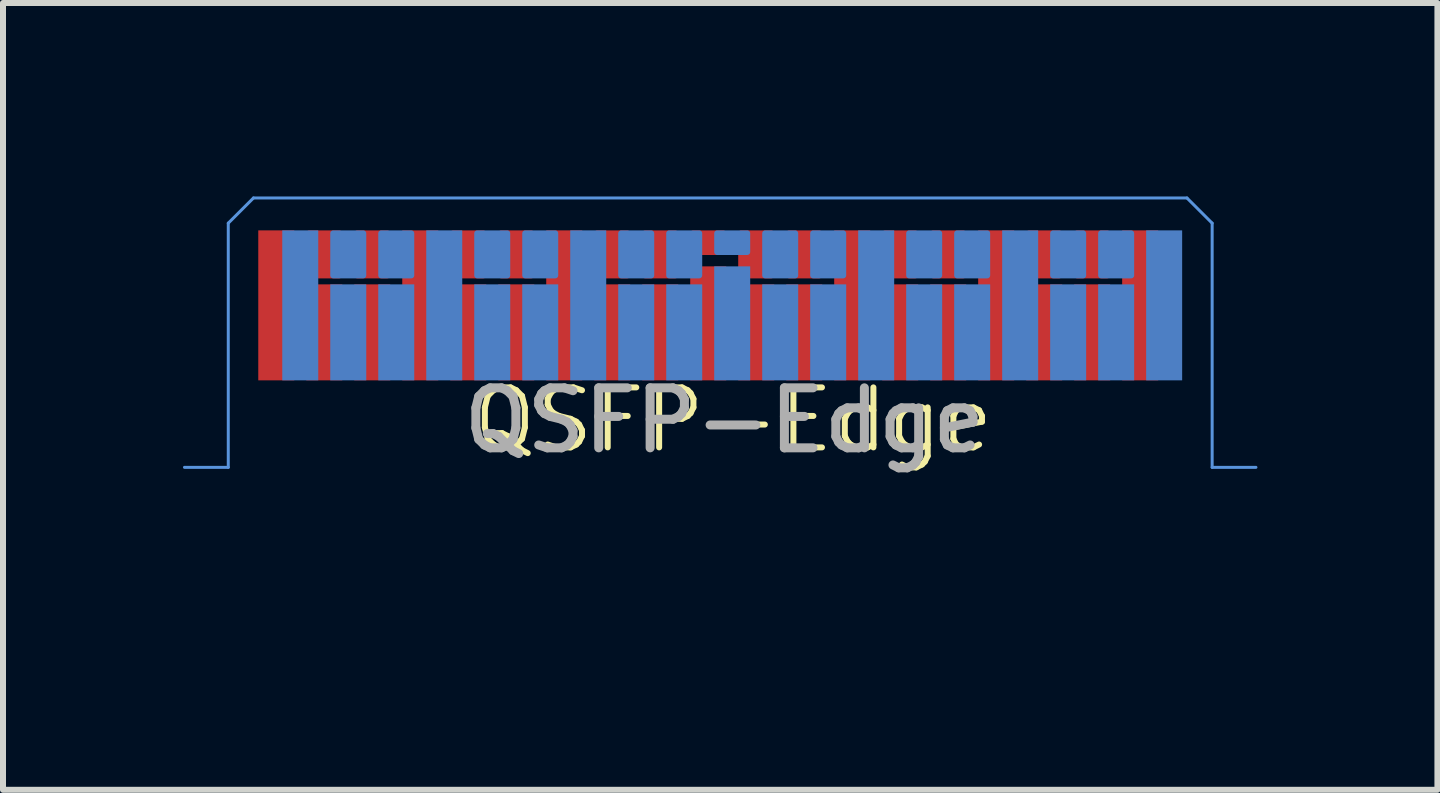
<source format=kicad_pcb>
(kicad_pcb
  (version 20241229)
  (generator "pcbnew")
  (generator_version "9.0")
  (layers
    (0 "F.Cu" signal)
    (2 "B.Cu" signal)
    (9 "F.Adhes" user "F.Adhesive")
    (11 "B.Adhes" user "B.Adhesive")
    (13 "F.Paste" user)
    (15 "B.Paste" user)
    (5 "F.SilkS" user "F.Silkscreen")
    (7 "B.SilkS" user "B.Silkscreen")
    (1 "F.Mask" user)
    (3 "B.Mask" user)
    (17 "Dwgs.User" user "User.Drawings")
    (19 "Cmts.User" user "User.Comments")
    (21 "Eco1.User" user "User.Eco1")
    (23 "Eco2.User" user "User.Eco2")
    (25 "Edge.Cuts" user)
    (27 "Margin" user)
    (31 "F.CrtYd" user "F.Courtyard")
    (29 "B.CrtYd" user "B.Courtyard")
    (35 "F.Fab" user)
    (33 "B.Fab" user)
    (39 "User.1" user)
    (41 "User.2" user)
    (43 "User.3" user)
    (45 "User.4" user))
  (footprint "QSFP-Edge"
    (layer "F.Cu")
    (at 8.955 0.25)
    (property "Reference" "QSFP-Edge" (at 0.22 3.7 0) (unlocked yes) (layer "F.SilkS") (effects (font (size 1 1) (thickness 0.1))))
    (attr smd)
    (fp_rect (start -6.85 0.59) (end -6.35 1.29) (stroke (width 0.1) (type solid)) (fill yes) (layer "F.Cu"))
    (fp_rect (start -6.05 0.59) (end -5.55 1.29) (stroke (width 0.1) (type solid)) (fill yes) (layer "F.Cu"))
    (fp_rect (start -4.45 0.59) (end -3.95 1.29) (stroke (width 0.1) (type solid)) (fill yes) (layer "F.Cu"))
    (fp_rect (start -3.65 0.59) (end -3.15 1.29) (stroke (width 0.1) (type solid)) (fill yes) (layer "F.Cu"))
    (fp_rect (start -2.05 0.59) (end -1.55 1.29) (stroke (width 0.1) (type solid)) (fill yes) (layer "F.Cu"))
    (fp_rect (start -1.25 0.59) (end -0.75 1.29) (stroke (width 0.1) (type solid)) (fill yes) (layer "F.Cu"))
    (fp_rect (start -0.45 0.59) (end 0.05 0.9) (stroke (width 0.1) (type solid)) (fill yes) (layer "F.Cu"))
    (fp_rect (start 0.35 0.59) (end 0.85 1.29) (stroke (width 0.1) (type solid)) (fill yes) (layer "F.Cu"))
    (fp_rect (start 1.15 0.59) (end 1.65 1.29) (stroke (width 0.1) (type solid)) (fill yes) (layer "F.Cu"))
    (fp_rect (start 2.75 0.59) (end 3.25 1.29) (stroke (width 0.1) (type solid)) (fill yes) (layer "F.Cu"))
    (fp_rect (start 3.55 0.59) (end 4.05 1.29) (stroke (width 0.1) (type solid)) (fill yes) (layer "F.Cu"))
    (fp_rect (start 5.15 0.59) (end 5.65 1.29) (stroke (width 0.1) (type solid)) (fill yes) (layer "F.Cu"))
    (fp_rect (start 5.95 0.59) (end 6.45 1.29) (stroke (width 0.1) (type solid)) (fill yes) (layer "F.Cu"))
    (fp_rect (start -6.45 0.59) (end -5.95 1.29) (stroke (width 0.1) (type solid)) (fill yes) (layer "B.Cu"))
    (fp_rect (start -5.65 0.59) (end -5.15 1.29) (stroke (width 0.1) (type solid)) (fill yes) (layer "B.Cu"))
    (fp_rect (start -4.05 0.59) (end -3.55 1.29) (stroke (width 0.1) (type solid)) (fill yes) (layer "B.Cu"))
    (fp_rect (start -3.25 0.59) (end -2.75 1.29) (stroke (width 0.1) (type solid)) (fill yes) (layer "B.Cu"))
    (fp_rect (start -1.65 0.59) (end -1.15 1.29) (stroke (width 0.1) (type solid)) (fill yes) (layer "B.Cu"))
    (fp_rect (start -0.85 0.59) (end -0.35 1.29) (stroke (width 0.1) (type solid)) (fill yes) (layer "B.Cu"))
    (fp_rect (start -0.05 0.59) (end 0.45 0.9) (stroke (width 0.1) (type solid)) (fill yes) (layer "B.Cu"))
    (fp_rect (start 0.75 0.59) (end 1.25 1.29) (stroke (width 0.1) (type solid)) (fill yes) (layer "B.Cu"))
    (fp_rect (start 1.55 0.59) (end 2.05 1.29) (stroke (width 0.1) (type solid)) (fill yes) (layer "B.Cu"))
    (fp_rect (start 3.15 0.59) (end 3.65 1.29) (stroke (width 0.1) (type solid)) (fill yes) (layer "B.Cu"))
    (fp_rect (start 3.95 0.59) (end 4.45 1.29) (stroke (width 0.1) (type solid)) (fill yes) (layer "B.Cu"))
    (fp_rect (start 5.55 0.59) (end 6.05 1.29) (stroke (width 0.1) (type solid)) (fill yes) (layer "B.Cu"))
    (fp_rect (start 6.35 0.59) (end 6.85 1.29) (stroke (width 0.1) (type solid)) (fill yes) (layer "B.Cu"))
    (fp_line (start -8.93 4.49) (end -8.2 4.49) (stroke (width 0.05) (type solid)) (layer "Cmts.User"))
    (fp_line (start -8.2 4.49) (end -8.2 0.42) (stroke (width 0.05) (type solid)) (layer "Cmts.User"))
    (fp_line (start -7.78 0) (end -8.2 0.42) (stroke (width 0.05) (type solid)) (layer "Cmts.User"))
    (fp_line (start -7.78 0) (end 7.78 0) (stroke (width 0.05) (type solid)) (layer "Cmts.User"))
    (fp_line (start 7.78 0) (end 8.2 0.42) (stroke (width 0.05) (type solid)) (layer "Cmts.User"))
    (fp_line (start 8.2 0.42) (end 8.2 4.49) (stroke (width 0.05) (type solid)) (layer "Cmts.User"))
    (fp_line (start 8.2 4.49) (end 8.93 4.49) (stroke (width 0.05) (type solid)) (layer "Cmts.User"))
    (fp_text user "38" (at -6.73 6.72 90) (unlocked yes) (layer "F.Mask") (effects (font (size 1 1) (thickness 0.15)) (justify left bottom)))
    (fp_text user "20" (at 7.66 6.71 90) (unlocked yes) (layer "F.Mask") (effects (font (size 1 1) (thickness 0.15)) (justify left bottom)))
    (fp_text user "1" (at -6.73 5.65 90) (unlocked yes) (layer "B.Mask") (effects (font (size 1 1) (thickness 0.15)) (justify left bottom mirror)))
    (fp_text user "19" (at 7.66 4.71 90) (unlocked yes) (layer "B.Mask") (effects (font (size 1 1) (thickness 0.15)) (justify left bottom mirror)))
    (fp_text user "${REFERENCE}" (at 0.07 3.71 0) (unlocked yes) (layer "F.Fab") (effects (font (size 1 1) (thickness 0.15))))
    (pad "1" smd rect (at -7 1.79) (size 0.6 2.5) (layers "B.Cu" "B.Mask" "B.Paste"))
    (pad "2" smd custom (at -6.2 2.24) (size 0.6 1.6) (layers "B.Cu" "B.Mask" "B.Paste") (options (anchor rect)) (primitives (gr_rect (start -0.25 -0.75) (end 0.25 0.75) (width 0.1) (fill yes))))
    (pad "3" smd custom (at -5.4 2.24) (size 0.6 1.6) (layers "B.Cu" "B.Mask" "B.Paste") (options (anchor rect)) (primitives (gr_rect (start -0.25 -0.75) (end 0.25 0.75) (width 0.1) (fill yes))))
    (pad "4" smd rect (at -4.6 1.79) (size 0.6 2.5) (layers "B.Cu" "B.Mask" "B.Paste"))
    (pad "5" smd custom (at -3.8 2.24) (size 0.6 1.6) (layers "B.Cu" "B.Mask" "B.Paste") (options (anchor rect)) (primitives (gr_rect (start -0.25 -0.75) (end 0.25 0.75) (width 0.1) (fill yes))))
    (pad "6" smd custom (at -3 2.24) (size 0.6 1.6) (layers "B.Cu" "B.Mask" "B.Paste") (options (anchor rect)) (primitives (gr_rect (start -0.25 -0.75) (end 0.25 0.75) (width 0.1) (fill yes))))
    (pad "7" smd rect (at -2.2 1.79) (size 0.6 2.5) (layers "B.Cu" "B.Mask" "B.Paste"))
    (pad "8" smd custom (at -1.4 2.24) (size 0.6 1.6) (layers "B.Cu" "B.Mask" "B.Paste") (options (anchor rect)) (primitives (gr_rect (start -0.25 -0.75) (end 0.25 0.75) (width 0.1) (fill yes))))
    (pad "9" smd custom (at -0.6 2.24) (size 0.6 1.6) (layers "B.Cu" "B.Mask" "B.Paste") (options (anchor rect)) (primitives (gr_rect (start -0.25 -0.75) (end 0.25 0.75) (width 0.1) (fill yes))))
    (pad "10" smd rect (at 0.2 2.09) (size 0.6 1.9) (layers "B.Cu" "B.Mask" "B.Paste"))
    (pad "11" smd custom (at 1 2.24) (size 0.6 1.6) (layers "B.Cu" "B.Mask" "B.Paste") (options (anchor rect)) (primitives (gr_rect (start -0.25 -0.75) (end 0.25 0.75) (width 0.1) (fill yes))))
    (pad "12" smd custom (at 1.8 2.24) (size 0.6 1.6) (layers "B.Cu" "B.Mask" "B.Paste") (options (anchor rect)) (primitives (gr_rect (start -0.25 -0.75) (end 0.25 0.75) (width 0.1) (fill yes))))
    (pad "13" smd rect (at 2.6 1.79) (size 0.6 2.5) (layers "B.Cu" "B.Mask" "B.Paste"))
    (pad "14" smd custom (at 3.4 2.24) (size 0.6 1.6) (layers "B.Cu" "B.Mask" "B.Paste") (options (anchor rect)) (primitives (gr_rect (start -0.25 -0.75) (end 0.25 0.75) (width 0.1) (fill yes))))
    (pad "15" smd custom (at 4.2 2.24) (size 0.6 1.6) (layers "B.Cu" "B.Mask" "B.Paste") (options (anchor rect)) (primitives (gr_rect (start -0.25 -0.75) (end 0.25 0.75) (width 0.1) (fill yes))))
    (pad "16" smd rect (at 5 1.79) (size 0.6 2.5) (layers "B.Cu" "B.Mask" "B.Paste"))
    (pad "17" smd custom (at 5.8 2.24) (size 0.6 1.6) (layers "B.Cu" "B.Mask" "B.Paste") (options (anchor rect)) (primitives (gr_rect (start -0.25 -0.75) (end 0.25 0.75) (width 0.1) (fill yes))))
    (pad "18" smd custom (at 6.6 2.24) (size 0.6 1.6) (layers "B.Cu" "B.Mask" "B.Paste") (options (anchor rect)) (primitives (gr_rect (start -0.25 -0.75) (end 0.25 0.75) (width 0.1) (fill yes))))
    (pad "19" smd rect (at 7.4 1.79) (size 0.6 2.5) (layers "B.Cu" "B.Mask" "B.Paste"))
    (pad "20" smd rect (at 7 1.79) (size 0.6 2.5) (layers "F.Cu" "F.Mask" "F.Paste"))
    (pad "21" smd custom (at 6.2 2.24) (size 0.6 1.6) (layers "F.Cu" "F.Mask" "F.Paste") (options (anchor rect)) (primitives (gr_rect (start -0.25 -0.75) (end 0.25 0.75) (width 0.1) (fill yes))))
    (pad "22" smd custom (at 5.4 2.24) (size 0.6 1.6) (layers "F.Cu" "F.Mask" "F.Paste") (options (anchor rect)) (primitives (gr_rect (start -0.25 -0.75) (end 0.25 0.75) (width 0.1) (fill yes))))
    (pad "23" smd rect (at 4.6 1.79) (size 0.6 2.5) (layers "F.Cu" "F.Mask" "F.Paste"))
    (pad "24" smd custom (at 3.8 2.24) (size 0.6 1.6) (layers "F.Cu" "F.Mask" "F.Paste") (options (anchor rect)) (primitives (gr_rect (start -0.25 -0.75) (end 0.25 0.75) (width 0.1) (fill yes))))
    (pad "25" smd custom (at 3 2.24) (size 0.6 1.6) (layers "F.Cu" "F.Mask" "F.Paste") (options (anchor rect)) (primitives (gr_rect (start -0.25 -0.75) (end 0.25 0.75) (width 0.1) (fill yes))))
    (pad "26" smd custom (at 2.2 1.79) (size 0.6 2.5) (layers "F.Cu" "F.Mask" "F.Paste") (options (anchor rect)) (primitives (gr_rect (start -0.25 -0.75) (end 0.25 0.75) (width 0.1) (fill yes))))
    (pad "27" smd custom (at 1.4 2.24) (size 0.6 1.6) (layers "F.Cu" "F.Mask" "F.Paste") (options (anchor rect)) (primitives (gr_rect (start -0.25 -0.75) (end 0.25 0.75) (width 0.1) (fill yes))))
    (pad "28" smd custom (at 0.6 2.24) (size 0.6 1.6) (layers "F.Cu" "F.Mask" "F.Paste") (options (anchor rect)) (primitives (gr_rect (start -0.25 -0.75) (end 0.25 0.75) (width 0.1) (fill yes))))
    (pad "29" smd custom (at -0.2 2.09) (size 0.6 1.9) (layers "F.Cu" "F.Mask" "F.Paste") (options (anchor rect)) (primitives (gr_rect (start -0.25 -0.75) (end 0.25 0.75) (width 0.1) (fill yes))))
    (pad "30" smd custom (at -1 2.24) (size 0.6 1.6) (layers "F.Cu" "F.Mask" "F.Paste") (options (anchor rect)) (primitives (gr_rect (start -0.25 -0.75) (end 0.25 0.75) (width 0.1) (fill yes))))
    (pad "31" smd custom (at -1.8 2.24) (size 0.6 1.6) (layers "F.Cu" "F.Mask" "F.Paste") (options (anchor rect)) (primitives (gr_rect (start -0.25 -0.75) (end 0.25 0.75) (width 0.1) (fill yes))))
    (pad "32" smd custom (at -2.6 1.79) (size 0.6 2.5) (layers "F.Cu" "F.Mask" "F.Paste") (options (anchor rect)) (primitives (gr_rect (start -0.25 -0.75) (end 0.25 0.75) (width 0.1) (fill yes))))
    (pad "33" smd custom (at -3.4 2.24) (size 0.6 1.6) (layers "F.Cu" "F.Mask" "F.Paste") (options (anchor rect)) (primitives (gr_rect (start -0.25 -0.75) (end 0.25 0.75) (width 0.1) (fill yes))))
    (pad "34" smd custom (at -4.2 2.24) (size 0.6 1.6) (layers "F.Cu" "F.Mask" "F.Paste") (options (anchor rect)) (primitives (gr_rect (start -0.25 -0.75) (end 0.25 0.75) (width 0.1) (fill yes))))
    (pad "35" smd custom (at -5 1.79) (size 0.6 2.5) (layers "F.Cu" "F.Mask" "F.Paste") (options (anchor rect)) (primitives (gr_rect (start -0.25 -0.75) (end 0.25 0.75) (width 0.1) (fill yes))))
    (pad "36" smd custom (at -5.8 2.24) (size 0.6 1.6) (layers "F.Cu" "F.Mask" "F.Paste") (options (anchor rect)) (primitives (gr_rect (start -0.25 -0.75) (end 0.25 0.75) (width 0.1) (fill yes))))
    (pad "37" smd custom (at -6.6 2.24) (size 0.6 1.6) (layers "F.Cu" "F.Mask" "F.Paste") (options (anchor rect)) (primitives (gr_rect (start -0.25 -0.75) (end 0.25 0.75) (width 0.1) (fill yes))))
    (pad "38" smd custom (at -7.4 1.79) (size 0.6 2.5) (layers "F.Cu" "F.Mask" "F.Paste") (options (anchor rect)) (primitives (gr_rect (start -0.25 -0.75) (end 0.25 0.75) (width 0.1) (fill yes)))))
  (gr_rect
    (start -3 -3)
    (end 20.91 10.115)
    (stroke (width 0.1) (type default))
    (fill no)
    (layer "Edge.Cuts")))
</source>
